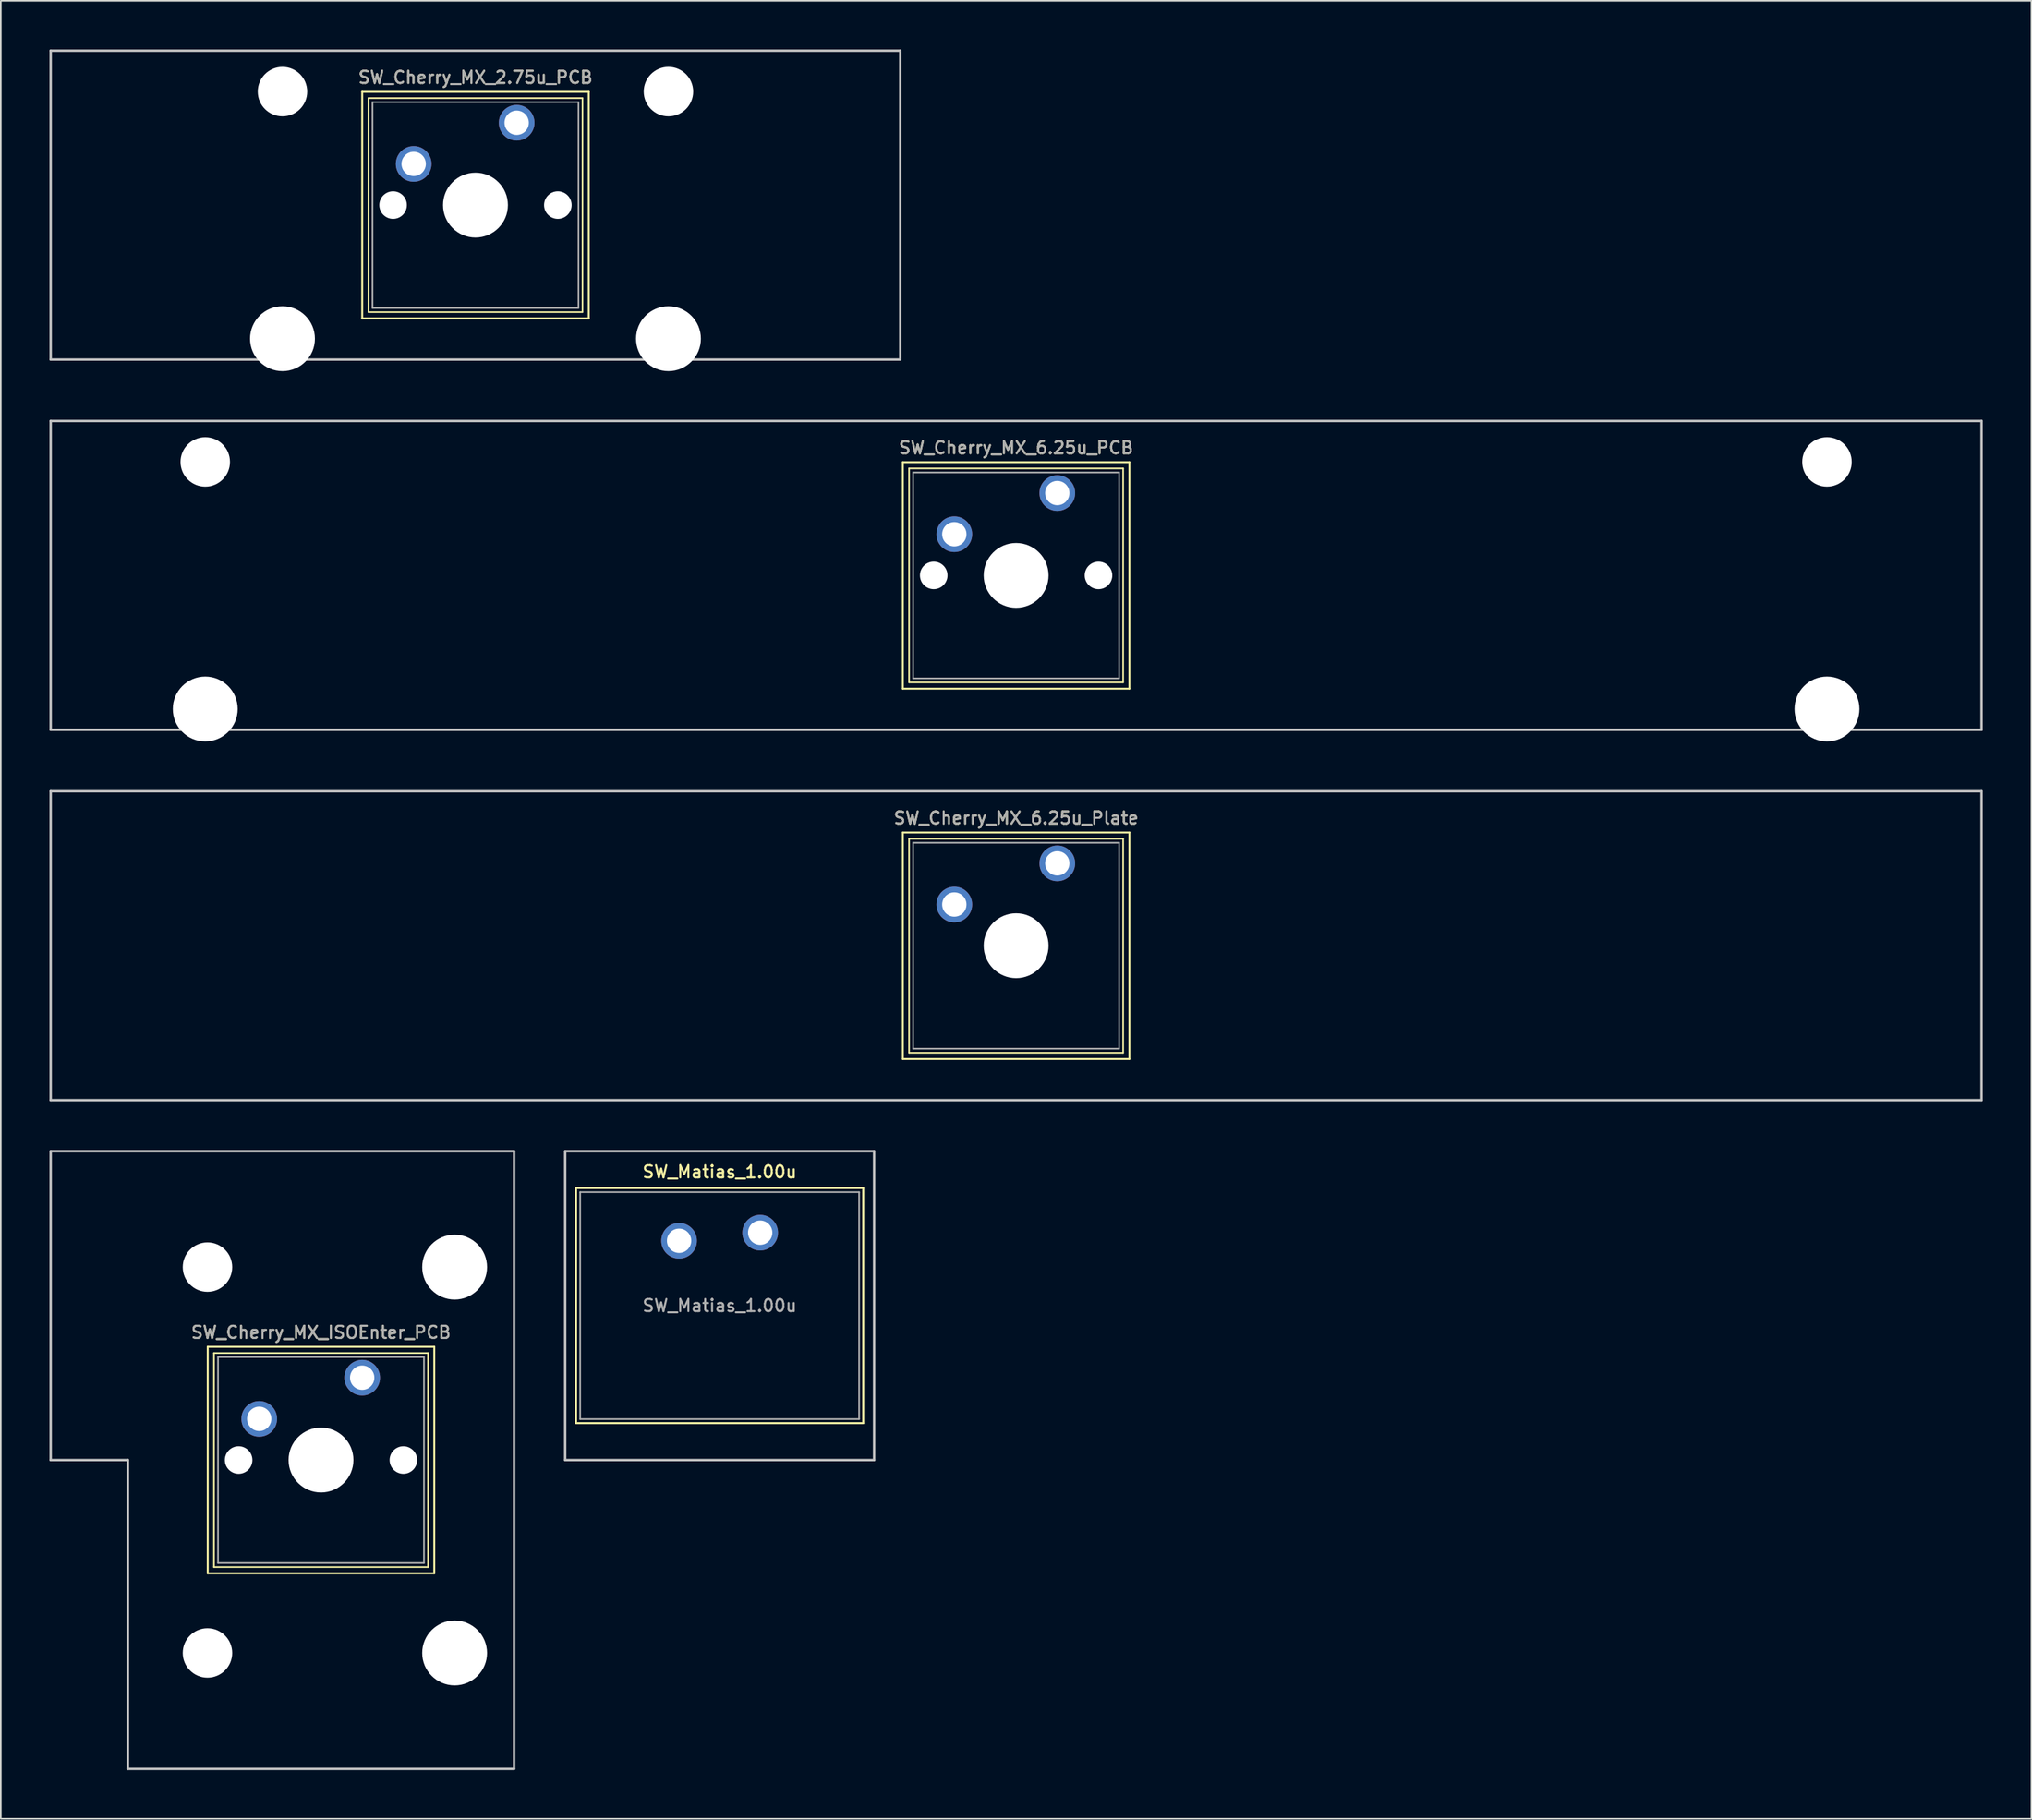
<source format=kicad_pcb>
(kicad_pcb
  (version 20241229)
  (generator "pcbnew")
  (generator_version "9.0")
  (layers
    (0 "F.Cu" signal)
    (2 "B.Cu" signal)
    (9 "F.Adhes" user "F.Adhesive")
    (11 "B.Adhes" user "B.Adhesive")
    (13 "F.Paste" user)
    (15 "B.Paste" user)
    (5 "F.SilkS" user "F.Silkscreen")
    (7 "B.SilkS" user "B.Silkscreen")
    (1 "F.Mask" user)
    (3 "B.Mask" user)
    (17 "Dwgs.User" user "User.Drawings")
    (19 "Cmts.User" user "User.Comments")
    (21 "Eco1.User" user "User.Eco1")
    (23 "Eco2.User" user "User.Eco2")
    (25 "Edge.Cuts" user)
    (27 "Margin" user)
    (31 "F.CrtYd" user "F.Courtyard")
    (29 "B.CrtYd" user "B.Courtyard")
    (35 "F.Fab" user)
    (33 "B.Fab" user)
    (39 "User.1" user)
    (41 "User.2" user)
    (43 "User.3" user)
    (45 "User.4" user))
  (footprint "SW_Cherry_MX_ISOEnter_PCB"
    (layer "F.Cu")
    (at 19.284 81.925)
    (property "Reference" "SW_Cherry_MX_ISOEnter_PCB" (at -2.54 -2.794 0) (layer "F.SilkS") (effects (font (size 0.75 0.75) (thickness 0.125))))
    (attr through_hole)
    (fp_line (start -9.525 -1.905) (end 4.445 -1.905) (stroke (width 0.12) (type solid)) (layer "F.SilkS"))
    (fp_line (start -9.525 12.065) (end -9.525 -1.905) (stroke (width 0.12) (type solid)) (layer "F.SilkS"))
    (fp_line (start -9.14 -1.52) (end 4.06 -1.52) (stroke (width 0.1) (type solid)) (layer "F.SilkS"))
    (fp_line (start -9.14 11.68) (end -9.14 -1.52) (stroke (width 0.1) (type solid)) (layer "F.SilkS"))
    (fp_line (start 4.06 -1.52) (end 4.06 11.68) (stroke (width 0.1) (type solid)) (layer "F.SilkS"))
    (fp_line (start 4.06 11.68) (end -9.14 11.68) (stroke (width 0.1) (type solid)) (layer "F.SilkS"))
    (fp_line (start 4.445 -1.905) (end 4.445 12.065) (stroke (width 0.12) (type solid)) (layer "F.SilkS"))
    (fp_line (start 4.445 12.065) (end -9.525 12.065) (stroke (width 0.12) (type solid)) (layer "F.SilkS"))
    (fp_line (start -19.209 -13.97) (end 9.366 -13.97) (stroke (width 0.15) (type solid)) (layer "Dwgs.User"))
    (fp_line (start -19.209 5.08) (end -19.209 -13.97) (stroke (width 0.15) (type solid)) (layer "Dwgs.User"))
    (fp_line (start -14.446 5.08) (end -19.209 5.08) (stroke (width 0.15) (type solid)) (layer "Dwgs.User"))
    (fp_line (start -14.446 24.13) (end -14.446 5.08) (stroke (width 0.15) (type solid)) (layer "Dwgs.User"))
    (fp_line (start 9.366 -13.97) (end 9.366 24.13) (stroke (width 0.15) (type solid)) (layer "Dwgs.User"))
    (fp_line (start 9.366 24.13) (end -14.446 24.13) (stroke (width 0.15) (type solid)) (layer "Dwgs.User"))
    (fp_line (start -8.89 -1.27) (end 3.81 -1.27) (stroke (width 0.1) (type solid)) (layer "F.Fab"))
    (fp_line (start -8.89 11.43) (end -8.89 -1.27) (stroke (width 0.1) (type solid)) (layer "F.Fab"))
    (fp_line (start 3.81 -1.27) (end 3.81 11.43) (stroke (width 0.1) (type solid)) (layer "F.Fab"))
    (fp_line (start 3.81 11.43) (end -8.89 11.43) (stroke (width 0.1) (type solid)) (layer "F.Fab"))
    (fp_text user "${REFERENCE}" (at -2.54 -2.794 0) (layer "F.Fab") (effects (font (size 0.75 0.75) (thickness 0.125))))
    (pad "" np_thru_hole circle (at -9.54 -6.82) (size 3.05 3.05) (drill 3.05) (layers "*.Cu" "*.Mask"))
    (pad "" np_thru_hole circle (at -9.54 16.98) (size 3.05 3.05) (drill 3.05) (layers "*.Cu" "*.Mask"))
    (pad "" np_thru_hole circle (at -7.62 5.08) (size 1.7 1.7) (drill 1.7) (layers "*.Cu" "*.Mask"))
    (pad "" np_thru_hole circle (at -2.54 5.08) (size 4 4) (drill 4) (layers "*.Cu" "*.Mask"))
    (pad "" np_thru_hole circle (at 2.54 5.08) (size 1.7 1.7) (drill 1.7) (layers "*.Cu" "*.Mask"))
    (pad "" np_thru_hole circle (at 5.7 -6.82) (size 4 4) (drill 4) (layers "*.Cu" "*.Mask"))
    (pad "" np_thru_hole circle (at 5.7 16.98) (size 4 4) (drill 4) (layers "*.Cu" "*.Mask"))
    (pad "1" thru_hole circle (at 0 0) (size 2.2 2.2) (drill 1.5) (layers "*.Cu" "*.Mask"))
    (pad "2" thru_hole circle (at -6.35 2.54) (size 2.2 2.2) (drill 1.5) (layers "*.Cu" "*.Mask")))
  (footprint "SW_Cherry_MX_6.25u_PCB"
    (layer "F.Cu")
    (at 62.146 27.36)
    (property "Reference" "SW_Cherry_MX_6.25u_PCB" (at -2.54 -2.794 0) (layer "F.SilkS") (effects (font (size 0.75 0.75) (thickness 0.125))))
    (attr through_hole)
    (fp_line (start -9.525 -1.905) (end 4.445 -1.905) (stroke (width 0.12) (type solid)) (layer "F.SilkS"))
    (fp_line (start -9.525 12.065) (end -9.525 -1.905) (stroke (width 0.12) (type solid)) (layer "F.SilkS"))
    (fp_line (start -9.14 -1.52) (end 4.06 -1.52) (stroke (width 0.1) (type solid)) (layer "F.SilkS"))
    (fp_line (start -9.14 11.68) (end -9.14 -1.52) (stroke (width 0.1) (type solid)) (layer "F.SilkS"))
    (fp_line (start 4.06 -1.52) (end 4.06 11.68) (stroke (width 0.1) (type solid)) (layer "F.SilkS"))
    (fp_line (start 4.06 11.68) (end -9.14 11.68) (stroke (width 0.1) (type solid)) (layer "F.SilkS"))
    (fp_line (start 4.445 -1.905) (end 4.445 12.065) (stroke (width 0.12) (type solid)) (layer "F.SilkS"))
    (fp_line (start 4.445 12.065) (end -9.525 12.065) (stroke (width 0.12) (type solid)) (layer "F.SilkS"))
    (fp_line (start -62.071 -4.445) (end 56.991 -4.445) (stroke (width 0.15) (type solid)) (layer "Dwgs.User"))
    (fp_line (start -62.071 14.605) (end -62.071 -4.445) (stroke (width 0.15) (type solid)) (layer "Dwgs.User"))
    (fp_line (start 56.991 -4.445) (end 56.991 14.605) (stroke (width 0.15) (type solid)) (layer "Dwgs.User"))
    (fp_line (start 56.991 14.605) (end -62.071 14.605) (stroke (width 0.15) (type solid)) (layer "Dwgs.User"))
    (fp_line (start -8.89 -1.27) (end 3.81 -1.27) (stroke (width 0.1) (type solid)) (layer "F.Fab"))
    (fp_line (start -8.89 11.43) (end -8.89 -1.27) (stroke (width 0.1) (type solid)) (layer "F.Fab"))
    (fp_line (start 3.81 -1.27) (end 3.81 11.43) (stroke (width 0.1) (type solid)) (layer "F.Fab"))
    (fp_line (start 3.81 11.43) (end -8.89 11.43) (stroke (width 0.1) (type solid)) (layer "F.Fab"))
    (fp_text user "${REFERENCE}" (at -2.54 -2.794 0) (layer "F.Fab") (effects (font (size 0.75 0.75) (thickness 0.125))))
    (pad "" np_thru_hole circle (at -52.54 -1.92) (size 3.05 3.05) (drill 3.05) (layers "*.Cu" "*.Mask"))
    (pad "" np_thru_hole circle (at -52.54 13.32) (size 4 4) (drill 4) (layers "*.Cu" "*.Mask"))
    (pad "" np_thru_hole circle (at -7.62 5.08) (size 1.7 1.7) (drill 1.7) (layers "*.Cu" "*.Mask"))
    (pad "" np_thru_hole circle (at -2.54 5.08) (size 4 4) (drill 4) (layers "*.Cu" "*.Mask"))
    (pad "" np_thru_hole circle (at 2.54 5.08) (size 1.7 1.7) (drill 1.7) (layers "*.Cu" "*.Mask"))
    (pad "" np_thru_hole circle (at 47.46 -1.92) (size 3.05 3.05) (drill 3.05) (layers "*.Cu" "*.Mask"))
    (pad "" np_thru_hole circle (at 47.46 13.32) (size 4 4) (drill 4) (layers "*.Cu" "*.Mask"))
    (pad "1" thru_hole circle (at 0 0) (size 2.2 2.2) (drill 1.5) (layers "*.Cu" "*.Mask"))
    (pad "2" thru_hole circle (at -6.35 2.54) (size 2.2 2.2) (drill 1.5) (layers "*.Cu" "*.Mask")))
  (footprint "SW_Cherry_MX_2.75u_PCB"
    (layer "F.Cu")
    (at 28.809 4.52)
    (property "Reference" "SW_Cherry_MX_2.75u_PCB" (at -2.54 -2.794 0) (layer "F.SilkS") (effects (font (size 0.75 0.75) (thickness 0.125))))
    (attr through_hole)
    (fp_line (start -9.525 -1.905) (end 4.445 -1.905) (stroke (width 0.12) (type solid)) (layer "F.SilkS"))
    (fp_line (start -9.525 12.065) (end -9.525 -1.905) (stroke (width 0.12) (type solid)) (layer "F.SilkS"))
    (fp_line (start -9.14 -1.52) (end 4.06 -1.52) (stroke (width 0.1) (type solid)) (layer "F.SilkS"))
    (fp_line (start -9.14 11.68) (end -9.14 -1.52) (stroke (width 0.1) (type solid)) (layer "F.SilkS"))
    (fp_line (start 4.06 -1.52) (end 4.06 11.68) (stroke (width 0.1) (type solid)) (layer "F.SilkS"))
    (fp_line (start 4.06 11.68) (end -9.14 11.68) (stroke (width 0.1) (type solid)) (layer "F.SilkS"))
    (fp_line (start 4.445 -1.905) (end 4.445 12.065) (stroke (width 0.12) (type solid)) (layer "F.SilkS"))
    (fp_line (start 4.445 12.065) (end -9.525 12.065) (stroke (width 0.12) (type solid)) (layer "F.SilkS"))
    (fp_line (start -28.734 -4.445) (end 23.654 -4.445) (stroke (width 0.15) (type solid)) (layer "Dwgs.User"))
    (fp_line (start -28.734 14.605) (end -28.734 -4.445) (stroke (width 0.15) (type solid)) (layer "Dwgs.User"))
    (fp_line (start 23.654 -4.445) (end 23.654 14.605) (stroke (width 0.15) (type solid)) (layer "Dwgs.User"))
    (fp_line (start 23.654 14.605) (end -28.734 14.605) (stroke (width 0.15) (type solid)) (layer "Dwgs.User"))
    (fp_line (start -8.89 -1.27) (end 3.81 -1.27) (stroke (width 0.1) (type solid)) (layer "F.Fab"))
    (fp_line (start -8.89 11.43) (end -8.89 -1.27) (stroke (width 0.1) (type solid)) (layer "F.Fab"))
    (fp_line (start 3.81 -1.27) (end 3.81 11.43) (stroke (width 0.1) (type solid)) (layer "F.Fab"))
    (fp_line (start 3.81 11.43) (end -8.89 11.43) (stroke (width 0.1) (type solid)) (layer "F.Fab"))
    (fp_text user "${REFERENCE}" (at -2.54 -2.794 0) (layer "F.Fab") (effects (font (size 0.75 0.75) (thickness 0.125))))
    (pad "" np_thru_hole circle (at -14.44 -1.92) (size 3.05 3.05) (drill 3.05) (layers "*.Cu" "*.Mask"))
    (pad "" np_thru_hole circle (at -14.44 13.32) (size 4 4) (drill 4) (layers "*.Cu" "*.Mask"))
    (pad "" np_thru_hole circle (at -7.62 5.08) (size 1.7 1.7) (drill 1.7) (layers "*.Cu" "*.Mask"))
    (pad "" np_thru_hole circle (at -2.54 5.08) (size 4 4) (drill 4) (layers "*.Cu" "*.Mask"))
    (pad "" np_thru_hole circle (at 2.54 5.08) (size 1.7 1.7) (drill 1.7) (layers "*.Cu" "*.Mask"))
    (pad "" np_thru_hole circle (at 9.36 -1.92) (size 3.05 3.05) (drill 3.05) (layers "*.Cu" "*.Mask"))
    (pad "" np_thru_hole circle (at 9.36 13.32) (size 4 4) (drill 4) (layers "*.Cu" "*.Mask"))
    (pad "1" thru_hole circle (at 0 0) (size 2.2 2.2) (drill 1.5) (layers "*.Cu" "*.Mask"))
    (pad "2" thru_hole circle (at -6.35 2.54) (size 2.2 2.2) (drill 1.5) (layers "*.Cu" "*.Mask")))
  (footprint "SW_Matias_1.00u"
    (layer "F.Cu")
    (at 43.825 72.98)
    (property "Reference" "SW_Matias_1.00u" (at -2.5 -3.75 0) (layer "F.SilkS") (effects (font (size 0.75 0.75) (thickness 0.125))))
    (attr through_hole)
    (fp_line (start -11.35 -2.75) (end -11.35 11.75) (stroke (width 0.1) (type solid)) (layer "F.SilkS"))
    (fp_line (start -11.35 -2.75) (end 6.35 -2.75) (stroke (width 0.1) (type solid)) (layer "F.SilkS"))
    (fp_line (start -11.35 -2.75) (end 6.35 -2.75) (stroke (width 0.12) (type solid)) (layer "F.SilkS"))
    (fp_line (start -11.35 11.75) (end -11.35 -2.75) (stroke (width 0.12) (type solid)) (layer "F.SilkS"))
    (fp_line (start -11.35 11.75) (end 6.35 11.75) (stroke (width 0.1) (type solid)) (layer "F.SilkS"))
    (fp_line (start 6.35 -2.75) (end 6.35 11.75) (stroke (width 0.12) (type solid)) (layer "F.SilkS"))
    (fp_line (start 6.35 11.75) (end -11.35 11.75) (stroke (width 0.12) (type solid)) (layer "F.SilkS"))
    (fp_line (start 6.35 11.75) (end 6.35 -2.75) (stroke (width 0.1) (type solid)) (layer "F.SilkS"))
    (fp_line (start -12.025 -5.025) (end 7.025 -5.025) (stroke (width 0.15) (type solid)) (layer "Dwgs.User"))
    (fp_line (start -12.025 14.025) (end -12.025 -5.025) (stroke (width 0.15) (type solid)) (layer "Dwgs.User"))
    (fp_line (start 7.025 -5.025) (end 7.025 14.025) (stroke (width 0.15) (type solid)) (layer "Dwgs.User"))
    (fp_line (start 7.025 14.025) (end -12.025 14.025) (stroke (width 0.15) (type solid)) (layer "Dwgs.User"))
    (fp_line (start -11.1 -2.5) (end 6.1 -2.5) (stroke (width 0.1) (type solid)) (layer "F.Fab"))
    (fp_line (start -11.1 11.5) (end -11.1 -2.5) (stroke (width 0.1) (type solid)) (layer "F.Fab"))
    (fp_line (start 6.1 -2.5) (end 6.1 11.5) (stroke (width 0.1) (type solid)) (layer "F.Fab"))
    (fp_line (start 6.1 11.5) (end -11.1 11.5) (stroke (width 0.1) (type solid)) (layer "F.Fab"))
    (fp_text user "${REFERENCE}" (at -2.5 4.5 0) (layer "F.Fab") (effects (font (size 0.75 0.75) (thickness 0.125))))
    (pad "1" thru_hole circle (at 0 0) (size 2.2 2.2) (drill 1.5) (layers "*.Cu" "*.Mask"))
    (pad "2" thru_hole circle (at -5 0.5) (size 2.2 2.2) (drill 1.5) (layers "*.Cu" "*.Mask")))
  (footprint "SW_Cherry_MX_6.25u_Plate"
    (layer "F.Cu")
    (at 62.146 50.2)
    (property "Reference" "SW_Cherry_MX_6.25u_Plate" (at -2.54 -2.794 0) (layer "F.SilkS") (effects (font (size 0.75 0.75) (thickness 0.125))))
    (attr through_hole)
    (fp_line (start -9.525 -1.905) (end 4.445 -1.905) (stroke (width 0.12) (type solid)) (layer "F.SilkS"))
    (fp_line (start -9.525 12.065) (end -9.525 -1.905) (stroke (width 0.12) (type solid)) (layer "F.SilkS"))
    (fp_line (start -9.14 -1.52) (end 4.06 -1.52) (stroke (width 0.1) (type solid)) (layer "F.SilkS"))
    (fp_line (start -9.14 11.68) (end -9.14 -1.52) (stroke (width 0.1) (type solid)) (layer "F.SilkS"))
    (fp_line (start 4.06 -1.52) (end 4.06 11.68) (stroke (width 0.1) (type solid)) (layer "F.SilkS"))
    (fp_line (start 4.06 11.68) (end -9.14 11.68) (stroke (width 0.1) (type solid)) (layer "F.SilkS"))
    (fp_line (start 4.445 -1.905) (end 4.445 12.065) (stroke (width 0.12) (type solid)) (layer "F.SilkS"))
    (fp_line (start 4.445 12.065) (end -9.525 12.065) (stroke (width 0.12) (type solid)) (layer "F.SilkS"))
    (fp_line (start -62.071 -4.445) (end 56.991 -4.445) (stroke (width 0.15) (type solid)) (layer "Dwgs.User"))
    (fp_line (start -62.071 14.605) (end -62.071 -4.445) (stroke (width 0.15) (type solid)) (layer "Dwgs.User"))
    (fp_line (start 56.991 -4.445) (end 56.991 14.605) (stroke (width 0.15) (type solid)) (layer "Dwgs.User"))
    (fp_line (start 56.991 14.605) (end -62.071 14.605) (stroke (width 0.15) (type solid)) (layer "Dwgs.User"))
    (fp_line (start -8.89 -1.27) (end 3.81 -1.27) (stroke (width 0.1) (type solid)) (layer "F.Fab"))
    (fp_line (start -8.89 11.43) (end -8.89 -1.27) (stroke (width 0.1) (type solid)) (layer "F.Fab"))
    (fp_line (start 3.81 -1.27) (end 3.81 11.43) (stroke (width 0.1) (type solid)) (layer "F.Fab"))
    (fp_line (start 3.81 11.43) (end -8.89 11.43) (stroke (width 0.1) (type solid)) (layer "F.Fab"))
    (fp_text user "${REFERENCE}" (at -2.54 -2.794 0) (layer "F.Fab") (effects (font (size 0.75 0.75) (thickness 0.125))))
    (pad "" np_thru_hole circle (at -2.54 5.08) (size 4 4) (drill 4) (layers "*.Cu" "*.Mask"))
    (pad "1" thru_hole circle (at 0 0) (size 2.2 2.2) (drill 1.5) (layers "*.Cu" "*.Mask"))
    (pad "2" thru_hole circle (at -6.35 2.54) (size 2.2 2.2) (drill 1.5) (layers "*.Cu" "*.Mask")))
  (gr_rect
    (start -3 -3)
    (end 122.213 109.13)
    (stroke (width 0.1) (type default))
    (fill no)
    (layer "Edge.Cuts")))
</source>
